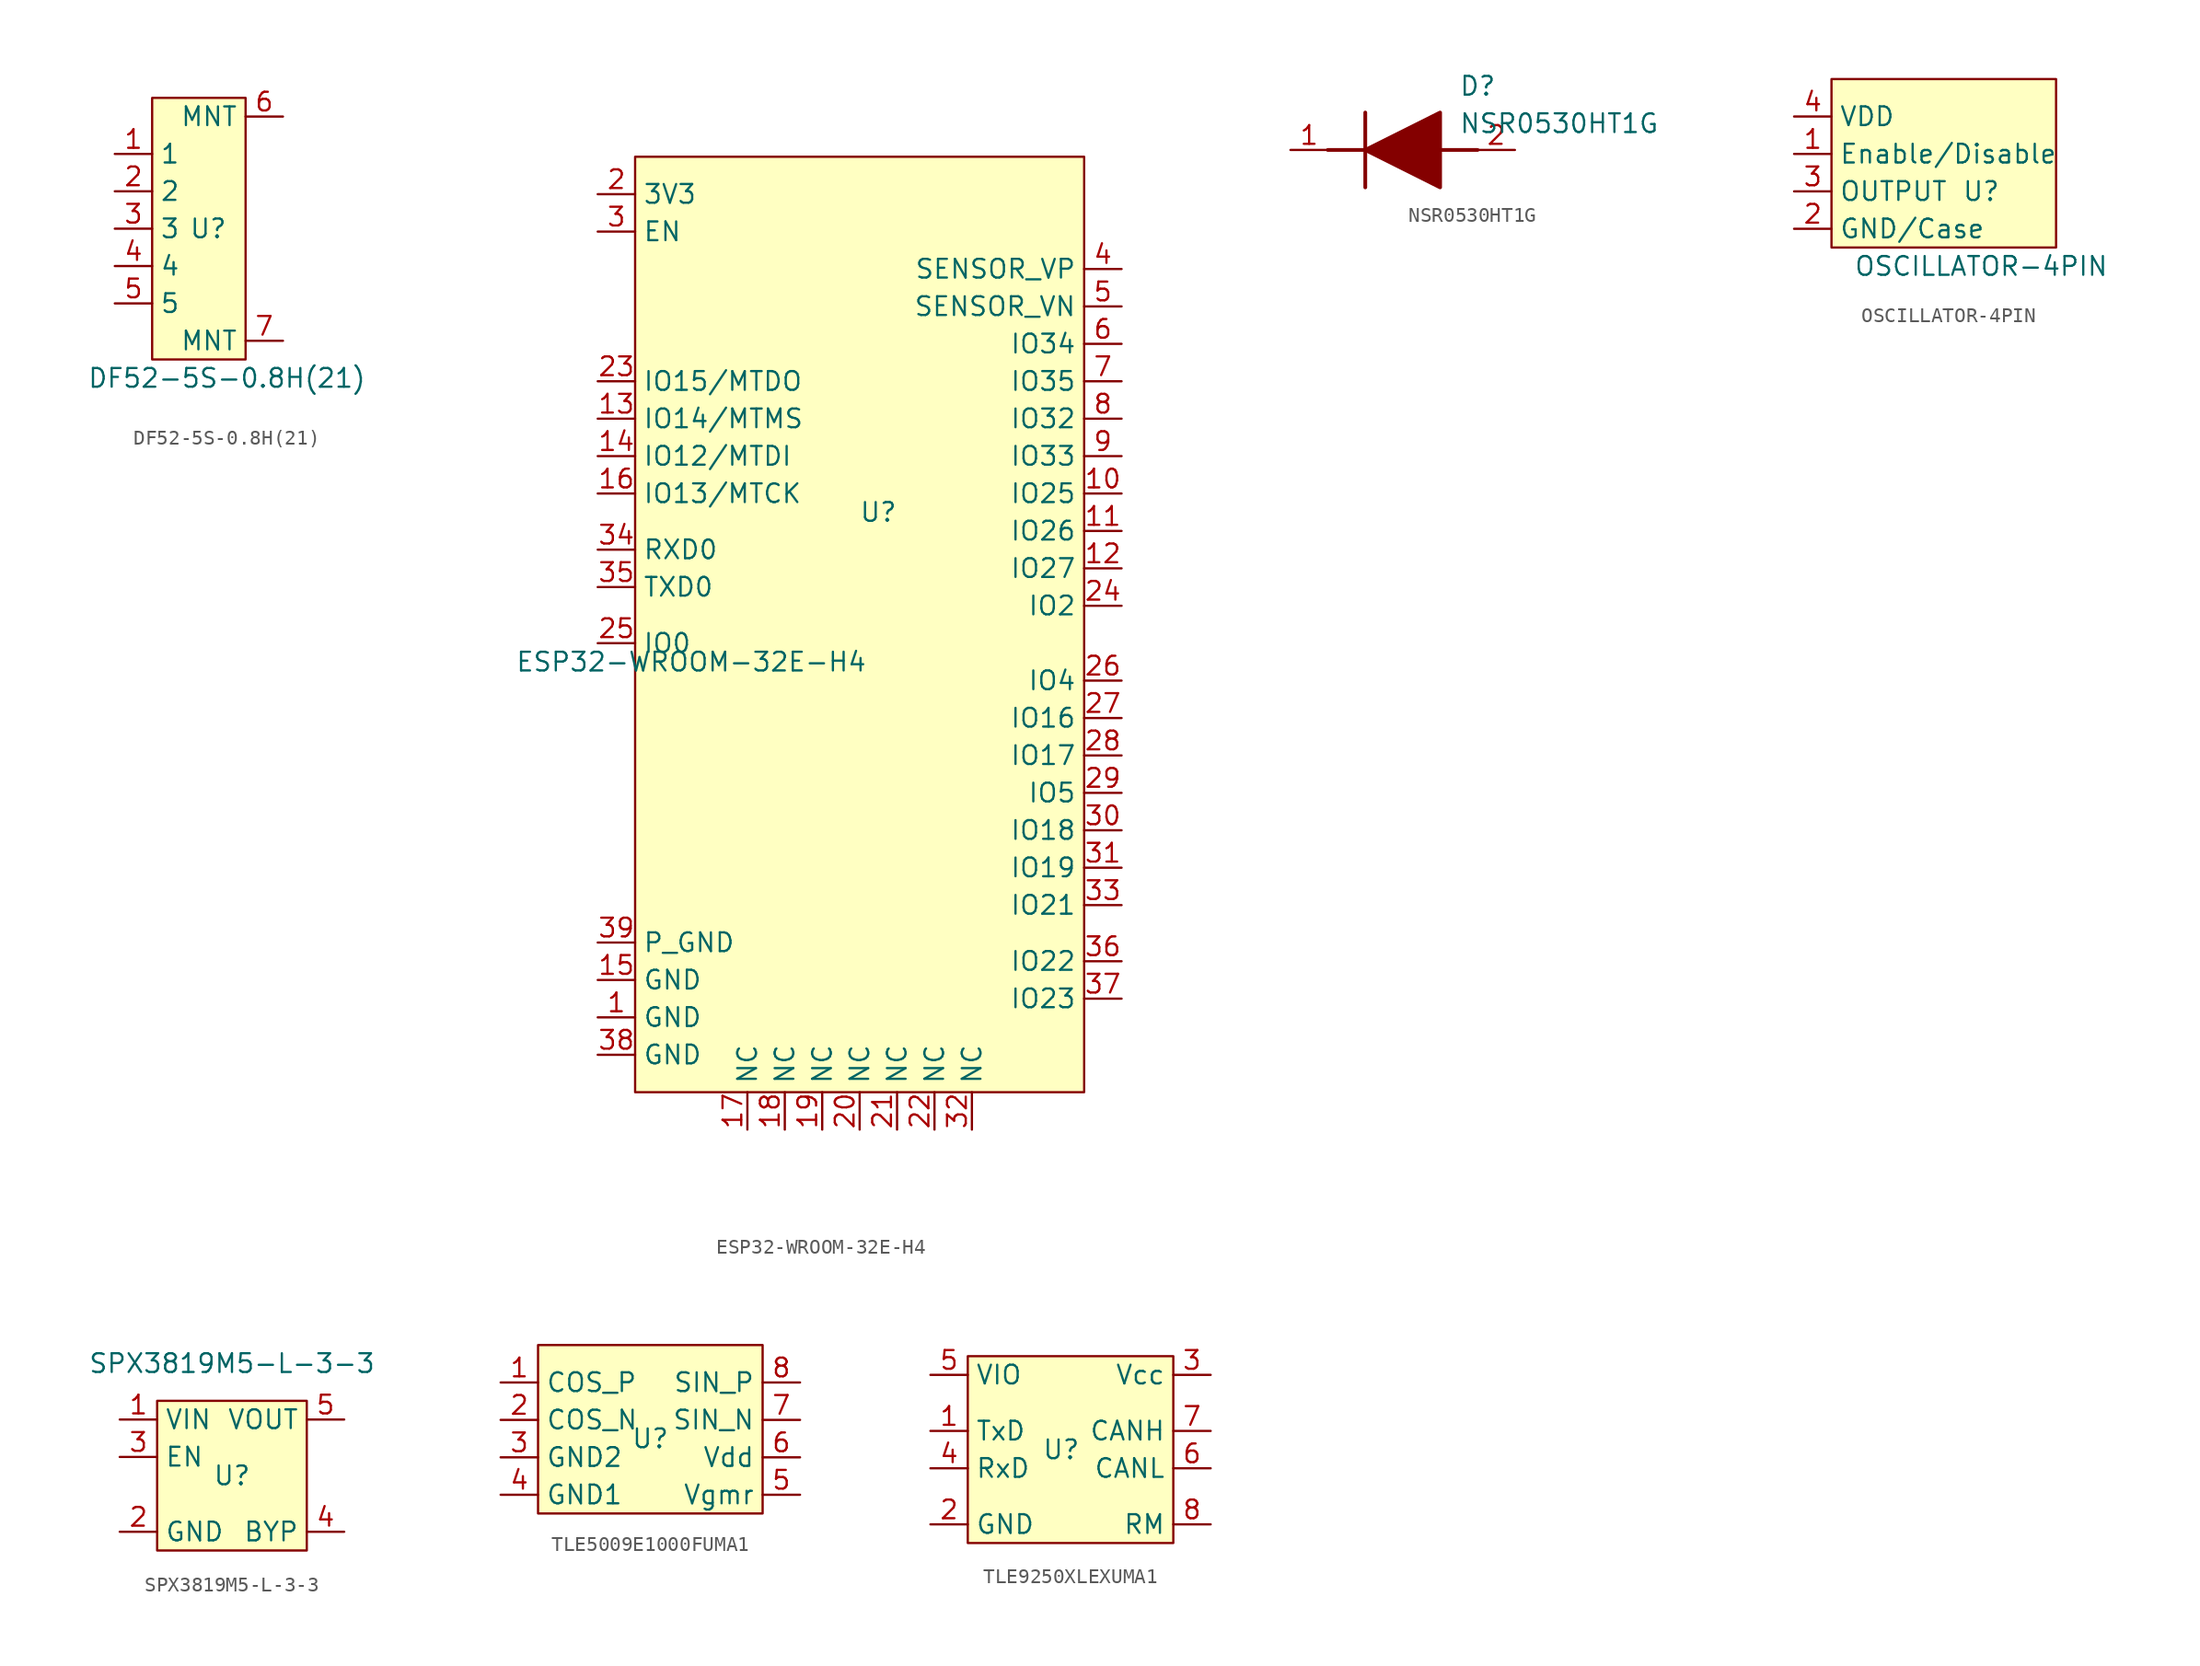
<source format=kicad_sym>
(kicad_symbol_lib
  (version 20220914)
  (generator kicad_symbol_editor)
  (symbol "DF52-5S-0.8H(21)"
    (property "Reference" "U"
      (at 0 0 0)
      (effects (font (size 1.27 1.27))))
    (property "Value" "DF52-5S-0.8H(21)"
      (at 1.27 -10.16 0)
      (effects (font (size 1.27 1.27))))
    (symbol "DF52-5S-0.8H(21)_0_1"
      (rectangle (start -3.81 8.89) (end 2.54 -8.89) (stroke (width 0) (type default)) (fill (type background))))
    (symbol "DF52-5S-0.8H(21)_1_1"
      (pin input line (at -6.35 5.08 0) (length 2.54) (name "1" (effects (font (size 1.27 1.27)))) (number "1" (effects (font (size 1.27 1.27)))))
      (pin input line (at -6.35 2.54 0) (length 2.54) (name "2" (effects (font (size 1.27 1.27)))) (number "2" (effects (font (size 1.27 1.27)))))
      (pin input line (at -6.35 0 0) (length 2.54) (name "3" (effects (font (size 1.27 1.27)))) (number "3" (effects (font (size 1.27 1.27)))))
      (pin input line (at -6.35 -2.54 0) (length 2.54) (name "4" (effects (font (size 1.27 1.27)))) (number "4" (effects (font (size 1.27 1.27)))))
      (pin input line (at -6.35 -5.08 0) (length 2.54) (name "5" (effects (font (size 1.27 1.27)))) (number "5" (effects (font (size 1.27 1.27)))))
      (pin input line (at 5.08 7.62 180) (length 2.54) (name "MNT" (effects (font (size 1.27 1.27)))) (number "6" (effects (font (size 1.27 1.27)))))
      (pin input line (at 5.08 -7.62 180) (length 2.54) (name "MNT" (effects (font (size 1.27 1.27)))) (number "7" (effects (font (size 1.27 1.27)))))))
  (symbol "ESP32-WROOM-32E-H4"
    (property "Reference" "U"
      (at 1.27 12.7 0)
      (effects (font (size 1.27 1.27))))
    (property "Value" "ESP32-WROOM-32E-H4"
      (at -11.43 2.54 0)
      (effects (font (size 1.27 1.27))))
    (symbol "ESP32-WROOM-32E-H4_0_1"
      (rectangle (start -15.24 36.83) (end 15.24 -26.67) (stroke (width 0) (type default)) (fill (type background))))
    (symbol "ESP32-WROOM-32E-H4_1_1"
      (pin input line (at -17.78 -21.59 0) (length 2.54) (name "GND" (effects (font (size 1.27 1.27)))) (number "1" (effects (font (size 1.27 1.27)))))
      (pin input line (at 17.78 13.97 180) (length 2.54) (name "IO25" (effects (font (size 1.27 1.27)))) (number "10" (effects (font (size 1.27 1.27)))))
      (pin input line (at 17.78 11.43 180) (length 2.54) (name "IO26" (effects (font (size 1.27 1.27)))) (number "11" (effects (font (size 1.27 1.27)))))
      (pin input line (at 17.78 8.89 180) (length 2.54) (name "IO27" (effects (font (size 1.27 1.27)))) (number "12" (effects (font (size 1.27 1.27)))))
      (pin input line (at -17.78 19.05 0) (length 2.54) (name "IO14/MTMS" (effects (font (size 1.27 1.27)))) (number "13" (effects (font (size 1.27 1.27)))))
      (pin input line (at -17.78 16.51 0) (length 2.54) (name "IO12/MTDI" (effects (font (size 1.27 1.27)))) (number "14" (effects (font (size 1.27 1.27)))))
      (pin input line (at -17.78 -19.05 0) (length 2.54) (name "GND" (effects (font (size 1.27 1.27)))) (number "15" (effects (font (size 1.27 1.27)))))
      (pin input line (at -17.78 13.97 0) (length 2.54) (name "IO13/MTCK" (effects (font (size 1.27 1.27)))) (number "16" (effects (font (size 1.27 1.27)))))
      (pin input line (at -7.62 -29.21 90) (length 2.54) (name "NC" (effects (font (size 1.27 1.27)))) (number "17" (effects (font (size 1.27 1.27)))))
      (pin input line (at -5.08 -29.21 90) (length 2.54) (name "NC" (effects (font (size 1.27 1.27)))) (number "18" (effects (font (size 1.27 1.27)))))
      (pin input line (at -2.54 -29.21 90) (length 2.54) (name "NC" (effects (font (size 1.27 1.27)))) (number "19" (effects (font (size 1.27 1.27)))))
      (pin input line (at -17.78 34.29 0) (length 2.54) (name "3V3" (effects (font (size 1.27 1.27)))) (number "2" (effects (font (size 1.27 1.27)))))
      (pin input line (at 0 -29.21 90) (length 2.54) (name "NC" (effects (font (size 1.27 1.27)))) (number "20" (effects (font (size 1.27 1.27)))))
      (pin input line (at 2.54 -29.21 90) (length 2.54) (name "NC" (effects (font (size 1.27 1.27)))) (number "21" (effects (font (size 1.27 1.27)))))
      (pin input line (at 5.08 -29.21 90) (length 2.54) (name "NC" (effects (font (size 1.27 1.27)))) (number "22" (effects (font (size 1.27 1.27)))))
      (pin input line (at -17.78 21.59 0) (length 2.54) (name "IO15/MTDO" (effects (font (size 1.27 1.27)))) (number "23" (effects (font (size 1.27 1.27)))))
      (pin input line (at 17.78 6.35 180) (length 2.54) (name "IO2" (effects (font (size 1.27 1.27)))) (number "24" (effects (font (size 1.27 1.27)))))
      (pin input line (at -17.78 3.81 0) (length 2.54) (name "IO0" (effects (font (size 1.27 1.27)))) (number "25" (effects (font (size 1.27 1.27)))))
      (pin input line (at 17.78 1.27 180) (length 2.54) (name "IO4" (effects (font (size 1.27 1.27)))) (number "26" (effects (font (size 1.27 1.27)))))
      (pin input line (at 17.78 -1.27 180) (length 2.54) (name "IO16" (effects (font (size 1.27 1.27)))) (number "27" (effects (font (size 1.27 1.27)))))
      (pin input line (at 17.78 -3.81 180) (length 2.54) (name "IO17" (effects (font (size 1.27 1.27)))) (number "28" (effects (font (size 1.27 1.27)))))
      (pin input line (at 17.78 -6.35 180) (length 2.54) (name "IO5" (effects (font (size 1.27 1.27)))) (number "29" (effects (font (size 1.27 1.27)))))
      (pin input line (at -17.78 31.75 0) (length 2.54) (name "EN" (effects (font (size 1.27 1.27)))) (number "3" (effects (font (size 1.27 1.27)))))
      (pin input line (at 17.78 -8.89 180) (length 2.54) (name "IO18" (effects (font (size 1.27 1.27)))) (number "30" (effects (font (size 1.27 1.27)))))
      (pin input line (at 17.78 -11.43 180) (length 2.54) (name "IO19" (effects (font (size 1.27 1.27)))) (number "31" (effects (font (size 1.27 1.27)))))
      (pin input line (at 7.62 -29.21 90) (length 2.54) (name "NC" (effects (font (size 1.27 1.27)))) (number "32" (effects (font (size 1.27 1.27)))))
      (pin input line (at 17.78 -13.97 180) (length 2.54) (name "IO21" (effects (font (size 1.27 1.27)))) (number "33" (effects (font (size 1.27 1.27)))))
      (pin input line (at -17.78 10.16 0) (length 2.54) (name "RXD0" (effects (font (size 1.27 1.27)))) (number "34" (effects (font (size 1.27 1.27)))))
      (pin input line (at -17.78 7.62 0) (length 2.54) (name "TXD0" (effects (font (size 1.27 1.27)))) (number "35" (effects (font (size 1.27 1.27)))))
      (pin input line (at 17.78 -17.78 180) (length 2.54) (name "IO22" (effects (font (size 1.27 1.27)))) (number "36" (effects (font (size 1.27 1.27)))))
      (pin input line (at 17.78 -20.32 180) (length 2.54) (name "IO23" (effects (font (size 1.27 1.27)))) (number "37" (effects (font (size 1.27 1.27)))))
      (pin input line (at -17.78 -24.13 0) (length 2.54) (name "GND" (effects (font (size 1.27 1.27)))) (number "38" (effects (font (size 1.27 1.27)))))
      (pin input line (at -17.78 -16.51 0) (length 2.54) (name "P_GND" (effects (font (size 1.27 1.27)))) (number "39" (effects (font (size 1.27 1.27)))))
      (pin input line (at 17.78 29.21 180) (length 2.54) (name "SENSOR_VP" (effects (font (size 1.27 1.27)))) (number "4" (effects (font (size 1.27 1.27)))))
      (pin input line (at 17.78 26.67 180) (length 2.54) (name "SENSOR_VN" (effects (font (size 1.27 1.27)))) (number "5" (effects (font (size 1.27 1.27)))))
      (pin input line (at 17.78 24.13 180) (length 2.54) (name "IO34" (effects (font (size 1.27 1.27)))) (number "6" (effects (font (size 1.27 1.27)))))
      (pin input line (at 17.78 21.59 180) (length 2.54) (name "IO35" (effects (font (size 1.27 1.27)))) (number "7" (effects (font (size 1.27 1.27)))))
      (pin input line (at 17.78 19.05 180) (length 2.54) (name "IO32" (effects (font (size 1.27 1.27)))) (number "8" (effects (font (size 1.27 1.27)))))
      (pin input line (at 17.78 16.51 180) (length 2.54) (name "IO33" (effects (font (size 1.27 1.27)))) (number "9" (effects (font (size 1.27 1.27)))))))
  (symbol "NSR0530HT1G"
    (pin_names hide)
    (property "Reference" "D"
      (at 11.43 5.08 0)
      (effects (font (size 1.27 1.27)) (justify left top)))
    (property "Value" "NSR0530HT1G"
      (at 11.43 2.54 0)
      (effects (font (size 1.27 1.27)) (justify left top)))
    (symbol "NSR0530HT1G_1_1"
      (polyline (pts (xy 2.54 0) (xy 5.08 0)) (stroke (width 0.254) (type default)) (fill (type none)))
      (polyline (pts (xy 5.08 2.54) (xy 5.08 -2.54)) (stroke (width 0.254) (type default)) (fill (type none)))
      (polyline (pts (xy 10.16 0) (xy 12.7 0)) (stroke (width 0.254) (type default)) (fill (type none)))
      (polyline (pts (xy 5.08 0) (xy 10.16 2.54) (xy 10.16 -2.54) (xy 5.08 0)) (stroke (width 0.254) (type default)) (fill (type outline)))
      (pin passive line (at 0 0 0) (length 2.54) (name "K" (effects (font (size 1.27 1.27)))) (number "1" (effects (font (size 1.27 1.27)))))
      (pin passive line (at 15.24 0 180) (length 2.54) (name "A" (effects (font (size 1.27 1.27)))) (number "2" (effects (font (size 1.27 1.27)))))))
  (symbol "OSCILLATOR-4PIN"
    (property "Reference" "U"
      (at 8.89 2.54 0)
      (effects (font (size 1.27 1.27))))
    (property "Value" "OSCILLATOR-4PIN"
      (at 8.89 -2.54 0)
      (effects (font (size 1.27 1.27))))
    (symbol "OSCILLATOR-4PIN_0_1"
      (rectangle (start -1.27 10.16) (end 13.97 -1.27) (stroke (width 0) (type default)) (fill (type background))))
    (symbol "OSCILLATOR-4PIN_1_1"
      (pin input line (at -3.81 5.08 0) (length 2.54) (name "Enable/Disable" (effects (font (size 1.27 1.27)))) (number "1" (effects (font (size 1.27 1.27)))))
      (pin input line (at -3.81 0 0) (length 2.54) (name "GND/Case" (effects (font (size 1.27 1.27)))) (number "2" (effects (font (size 1.27 1.27)))))
      (pin input line (at -3.81 2.54 0) (length 2.54) (name "OUTPUT" (effects (font (size 1.27 1.27)))) (number "3" (effects (font (size 1.27 1.27)))))
      (pin input line (at -3.81 7.62 0) (length 2.54) (name "VDD" (effects (font (size 1.27 1.27)))) (number "4" (effects (font (size 1.27 1.27)))))))
  (symbol "SPX3819M5-L-3-3"
    (property "Reference" "U"
      (at 0 0 0)
      (effects (font (size 1.27 1.27))))
    (property "Value" "SPX3819M5-L-3-3"
      (at 0 7.62 0)
      (effects (font (size 1.27 1.27))))
    (symbol "SPX3819M5-L-3-3_0_1"
      (rectangle (start -5.08 5.08) (end 5.08 -5.08) (stroke (width 0) (type default)) (fill (type background))))
    (symbol "SPX3819M5-L-3-3_1_1"
      (pin power_in line (at -7.62 3.81 0) (length 2.54) (name "VIN" (effects (font (size 1.27 1.27)))) (number "1" (effects (font (size 1.27 1.27)))))
      (pin power_in line (at -7.62 -3.81 0) (length 2.54) (name "GND" (effects (font (size 1.27 1.27)))) (number "2" (effects (font (size 1.27 1.27)))))
      (pin input line (at -7.62 1.27 0) (length 2.54) (name "EN" (effects (font (size 1.27 1.27)))) (number "3" (effects (font (size 1.27 1.27)))))
      (pin input line (at 7.62 -3.81 180) (length 2.54) (name "BYP" (effects (font (size 1.27 1.27)))) (number "4" (effects (font (size 1.27 1.27)))))
      (pin power_out line (at 7.62 3.81 180) (length 2.54) (name "VOUT" (effects (font (size 1.27 1.27)))) (number "5" (effects (font (size 1.27 1.27)))))))
  (symbol "TLE5009E1000FUMA1"
    (property "Reference" "U"
      (at 0 0 0)
      (effects (font (size 1.27 1.27))))
    (property "Value" ""
      (at -3.81 2.54 0)
      (effects (font (size 1.27 1.27))))
    (symbol "TLE5009E1000FUMA1_0_1"
      (rectangle (start -7.62 6.35) (end 7.62 -5.08) (stroke (width 0) (type default)) (fill (type background))))
    (symbol "TLE5009E1000FUMA1_1_1"
      (pin input line (at -10.16 3.81 0) (length 2.54) (name "COS_P" (effects (font (size 1.27 1.27)))) (number "1" (effects (font (size 1.27 1.27)))))
      (pin input line (at -10.16 1.27 0) (length 2.54) (name "COS_N" (effects (font (size 1.27 1.27)))) (number "2" (effects (font (size 1.27 1.27)))))
      (pin input line (at -10.16 -1.27 0) (length 2.54) (name "GND2" (effects (font (size 1.27 1.27)))) (number "3" (effects (font (size 1.27 1.27)))))
      (pin input line (at -10.16 -3.81 0) (length 2.54) (name "GND1" (effects (font (size 1.27 1.27)))) (number "4" (effects (font (size 1.27 1.27)))))
      (pin input line (at 10.16 -3.81 180) (length 2.54) (name "Vgmr" (effects (font (size 1.27 1.27)))) (number "5" (effects (font (size 1.27 1.27)))))
      (pin input line (at 10.16 -1.27 180) (length 2.54) (name "Vdd" (effects (font (size 1.27 1.27)))) (number "6" (effects (font (size 1.27 1.27)))))
      (pin input line (at 10.16 1.27 180) (length 2.54) (name "SIN_N" (effects (font (size 1.27 1.27)))) (number "7" (effects (font (size 1.27 1.27)))))
      (pin input line (at 10.16 3.81 180) (length 2.54) (name "SIN_P" (effects (font (size 1.27 1.27)))) (number "8" (effects (font (size 1.27 1.27)))))))
  (symbol "TLE9250XLEXUMA1"
    (property "Reference" "U"
      (at 0 0 0)
      (effects (font (size 1.27 1.27))))
    (property "Value" ""
      (at 0 0 0)
      (effects (font (size 1.27 1.27))))
    (symbol "TLE9250XLEXUMA1_0_1"
      (rectangle (start -6.35 6.35) (end 7.62 -6.35) (stroke (width 0) (type default)) (fill (type background))))
    (symbol "TLE9250XLEXUMA1_1_1"
      (pin input line (at -8.89 1.27 0) (length 2.54) (name "TxD" (effects (font (size 1.27 1.27)))) (number "1" (effects (font (size 1.27 1.27)))))
      (pin input line (at -8.89 -5.08 0) (length 2.54) (name "GND" (effects (font (size 1.27 1.27)))) (number "2" (effects (font (size 1.27 1.27)))))
      (pin input line (at 10.16 5.08 180) (length 2.54) (name "Vcc" (effects (font (size 1.27 1.27)))) (number "3" (effects (font (size 1.27 1.27)))))
      (pin input line (at -8.89 -1.27 0) (length 2.54) (name "RxD" (effects (font (size 1.27 1.27)))) (number "4" (effects (font (size 1.27 1.27)))))
      (pin input line (at -8.89 5.08 0) (length 2.54) (name "VIO" (effects (font (size 1.27 1.27)))) (number "5" (effects (font (size 1.27 1.27)))))
      (pin input line (at 10.16 -1.27 180) (length 2.54) (name "CANL" (effects (font (size 1.27 1.27)))) (number "6" (effects (font (size 1.27 1.27)))))
      (pin input line (at 10.16 1.27 180) (length 2.54) (name "CANH" (effects (font (size 1.27 1.27)))) (number "7" (effects (font (size 1.27 1.27)))))
      (pin input line (at 10.16 -5.08 180) (length 2.54) (name "RM" (effects (font (size 1.27 1.27)))) (number "8" (effects (font (size 1.27 1.27))))))))
</source>
